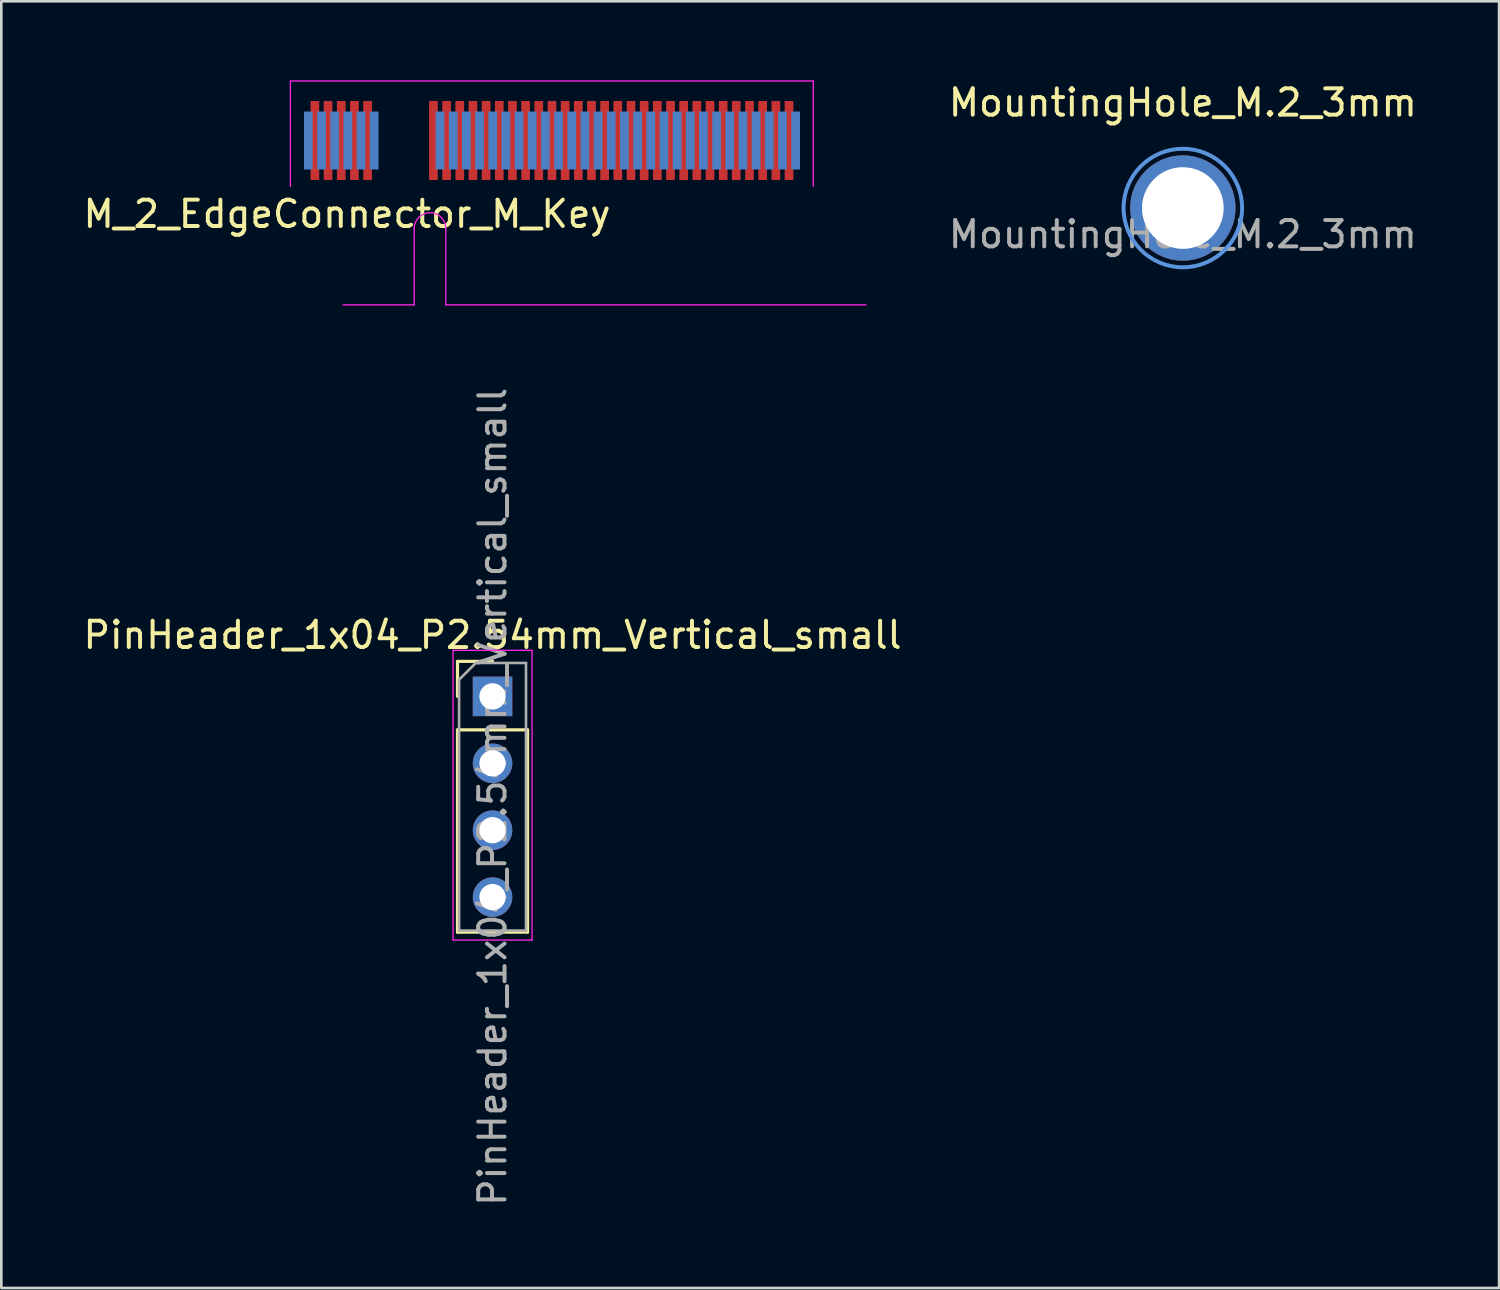
<source format=kicad_pcb>
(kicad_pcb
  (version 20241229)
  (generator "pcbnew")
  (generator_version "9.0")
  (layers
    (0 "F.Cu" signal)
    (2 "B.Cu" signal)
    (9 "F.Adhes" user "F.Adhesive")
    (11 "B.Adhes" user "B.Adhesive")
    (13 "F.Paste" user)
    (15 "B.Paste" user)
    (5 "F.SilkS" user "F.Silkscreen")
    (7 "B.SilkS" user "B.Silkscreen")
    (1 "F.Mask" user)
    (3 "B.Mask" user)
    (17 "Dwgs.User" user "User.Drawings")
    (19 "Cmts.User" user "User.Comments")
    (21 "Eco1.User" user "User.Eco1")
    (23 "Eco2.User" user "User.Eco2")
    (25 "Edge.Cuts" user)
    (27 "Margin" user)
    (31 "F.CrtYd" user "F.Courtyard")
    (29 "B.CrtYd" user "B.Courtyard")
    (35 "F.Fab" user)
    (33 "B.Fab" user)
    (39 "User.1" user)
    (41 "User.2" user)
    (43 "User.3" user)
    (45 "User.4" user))
  (footprint "PinHeader_1x04_P2.54mm_Vertical_small"
    (layer "F.Cu")
    (at 15.649 23.389)
    (property "Reference" "PinHeader_1x04_P2.54mm_Vertical_small" (at 0 -2.33 0) (layer "F.SilkS") (effects (font (size 1 1) (thickness 0.15))))
    (attr through_hole)
    (fp_line (start -1.33 -1.33) (end 0 -1.33) (stroke (width 0.12) (type solid)) (layer "F.SilkS"))
    (fp_line (start -1.33 0) (end -1.33 -1.33) (stroke (width 0.12) (type solid)) (layer "F.SilkS"))
    (fp_line (start -1.33 1.27) (end -1.33 8.95) (stroke (width 0.12) (type solid)) (layer "F.SilkS"))
    (fp_line (start -1.33 1.27) (end 1.33 1.27) (stroke (width 0.12) (type solid)) (layer "F.SilkS"))
    (fp_line (start -1.33 8.95) (end 1.33 8.95) (stroke (width 0.12) (type solid)) (layer "F.SilkS"))
    (fp_line (start 1.33 1.27) (end 1.33 8.95) (stroke (width 0.12) (type solid)) (layer "F.SilkS"))
    (fp_line (start -1.5 -1.75) (end -1.5 9.25) (stroke (width 0.05) (type solid)) (layer "F.CrtYd"))
    (fp_line (start -1.5 9.25) (end 1.5 9.25) (stroke (width 0.05) (type solid)) (layer "F.CrtYd"))
    (fp_line (start 1.5 -1.75) (end -1.5 -1.75) (stroke (width 0.05) (type solid)) (layer "F.CrtYd"))
    (fp_line (start 1.5 9.25) (end 1.5 -1.75) (stroke (width 0.05) (type solid)) (layer "F.CrtYd"))
    (fp_line (start -1.27 -0.635) (end -0.635 -1.27) (stroke (width 0.1) (type solid)) (layer "F.Fab"))
    (fp_line (start -1.27 8.89) (end -1.27 -0.635) (stroke (width 0.1) (type solid)) (layer "F.Fab"))
    (fp_line (start -0.635 -1.27) (end 1.27 -1.27) (stroke (width 0.1) (type solid)) (layer "F.Fab"))
    (fp_line (start 1.27 -1.27) (end 1.27 8.89) (stroke (width 0.1) (type solid)) (layer "F.Fab"))
    (fp_line (start 1.27 8.89) (end -1.27 8.89) (stroke (width 0.1) (type solid)) (layer "F.Fab"))
    (fp_text user "${REFERENCE}" (at 0 3.81 90) (layer "F.Fab") (effects (font (size 1 1) (thickness 0.15))))
    (pad "1" thru_hole rect (at 0 0) (size 1.5 1.5) (drill 1) (layers "*.Cu" "*.Mask"))
    (pad "2" thru_hole oval (at 0 2.54) (size 1.5 1.5) (drill 1) (layers "*.Cu" "*.Mask"))
    (pad "3" thru_hole oval (at 0 5.08) (size 1.5 1.5) (drill 1) (layers "*.Cu" "*.Mask"))
    (pad "4" thru_hole oval (at 0 7.62) (size 1.5 1.5) (drill 1) (layers "*.Cu" "*.Mask")))
  (footprint "M_2_EdgeConnector_M_Key"
    (layer "F.Cu")
    (at 17.9 4.025)
    (property "Reference" "M_2_EdgeConnector_M_Key" (at -7.775 1.05 0) (layer "F.SilkS") (effects (font (size 1 1) (thickness 0.15))))
    (attr smd)
    (fp_line (start -9.925 -4) (end 9.925 -4) (stroke (width 0.05) (type solid)) (layer "F.CrtYd"))
    (fp_line (start -9.925 0) (end -9.925 -4) (stroke (width 0.05) (type solid)) (layer "F.CrtYd"))
    (fp_line (start -7.925 4.5) (end -5.225 4.5) (stroke (width 0.05) (type solid)) (layer "F.CrtYd"))
    (fp_line (start -5.225 4.5) (end -5.225 1.6) (stroke (width 0.05) (type solid)) (layer "F.CrtYd"))
    (fp_line (start -4.025 4.5) (end -4.025 1.6) (stroke (width 0.05) (type solid)) (layer "F.CrtYd"))
    (fp_line (start -4.025 4.5) (end 11.925 4.5) (stroke (width 0.05) (type solid)) (layer "F.CrtYd"))
    (fp_line (start 9.925 0) (end 9.925 -4) (stroke (width 0.05) (type solid)) (layer "F.CrtYd"))
    (fp_arc (start -5.225 1.6) (mid -4.625 1) (end -4.025 1.6) (stroke (width 0.05) (type solid)) (layer "F.CrtYd"))
    (pad "1" smd rect (at -9.245 -1.741) (size 0.33 2.2) (layers "B.Cu" "B.Mask" "B.Paste"))
    (pad "2" smd rect (at -8.995 -1.741) (size 0.33 3) (layers "F.Cu" "F.Mask" "F.Paste"))
    (pad "3" smd rect (at -8.745 -1.741) (size 0.33 2.2) (layers "B.Cu" "B.Mask" "B.Paste"))
    (pad "4" smd rect (at -8.495 -1.741) (size 0.33 3) (layers "F.Cu" "F.Mask" "F.Paste"))
    (pad "5" smd rect (at -8.245 -1.741) (size 0.33 2.2) (layers "B.Cu" "B.Mask" "B.Paste"))
    (pad "6" smd rect (at -7.995 -1.741) (size 0.33 3) (layers "F.Cu" "F.Mask" "F.Paste"))
    (pad "7" smd rect (at -7.745 -1.741) (size 0.33 2.2) (layers "B.Cu" "B.Mask" "B.Paste"))
    (pad "8" smd rect (at -7.495 -1.741) (size 0.33 3) (layers "F.Cu" "F.Mask" "F.Paste"))
    (pad "9" smd rect (at -7.245 -1.741) (size 0.33 2.2) (layers "B.Cu" "B.Mask" "B.Paste"))
    (pad "10" smd rect (at -6.995 -1.741) (size 0.33 3) (layers "F.Cu" "F.Mask" "F.Paste"))
    (pad "11" smd rect (at -6.745 -1.741) (size 0.33 2.2) (layers "B.Cu" "B.Mask" "B.Paste"))
    (pad "20" smd rect (at -4.495 -1.741) (size 0.33 3) (layers "F.Cu" "F.Mask" "F.Paste"))
    (pad "21" smd rect (at -4.245 -1.741) (size 0.33 2.2) (layers "B.Cu" "B.Mask" "B.Paste"))
    (pad "22" smd rect (at -3.995 -1.741) (size 0.33 3) (layers "F.Cu" "F.Mask" "F.Paste"))
    (pad "23" smd rect (at -3.745 -1.741) (size 0.33 2.2) (layers "B.Cu" "B.Mask" "B.Paste"))
    (pad "24" smd rect (at -3.495 -1.741) (size 0.33 3) (layers "F.Cu" "F.Mask" "F.Paste"))
    (pad "25" smd rect (at -3.245 -1.741) (size 0.33 2.2) (layers "B.Cu" "B.Mask" "B.Paste"))
    (pad "26" smd rect (at -2.995 -1.741) (size 0.33 3) (layers "F.Cu" "F.Mask" "F.Paste"))
    (pad "27" smd rect (at -2.745 -1.741) (size 0.33 2.2) (layers "B.Cu" "B.Mask" "B.Paste"))
    (pad "28" smd rect (at -2.495 -1.741) (size 0.33 3) (layers "F.Cu" "F.Mask" "F.Paste"))
    (pad "29" smd rect (at -2.245 -1.741) (size 0.33 2.2) (layers "B.Cu" "B.Mask" "B.Paste"))
    (pad "30" smd rect (at -1.995 -1.741) (size 0.33 3) (layers "F.Cu" "F.Mask" "F.Paste"))
    (pad "31" smd rect (at -1.745 -1.741) (size 0.33 2.2) (layers "B.Cu" "B.Mask" "B.Paste"))
    (pad "32" smd rect (at -1.495 -1.741) (size 0.33 3) (layers "F.Cu" "F.Mask" "F.Paste"))
    (pad "33" smd rect (at -1.245 -1.741) (size 0.33 2.2) (layers "B.Cu" "B.Mask" "B.Paste"))
    (pad "34" smd rect (at -0.995 -1.741) (size 0.33 3) (layers "F.Cu" "F.Mask" "F.Paste"))
    (pad "35" smd rect (at -0.745 -1.741) (size 0.33 2.2) (layers "B.Cu" "B.Mask" "B.Paste"))
    (pad "36" smd rect (at -0.495 -1.741) (size 0.33 3) (layers "F.Cu" "F.Mask" "F.Paste"))
    (pad "37" smd rect (at -0.245 -1.741) (size 0.33 2.2) (layers "B.Cu" "B.Mask" "B.Paste"))
    (pad "38" smd rect (at 0.005 -1.741) (size 0.33 3) (layers "F.Cu" "F.Mask" "F.Paste"))
    (pad "39" smd rect (at 0.255 -1.741) (size 0.33 2.2) (layers "B.Cu" "B.Mask" "B.Paste"))
    (pad "40" smd rect (at 0.505 -1.741) (size 0.33 3) (layers "F.Cu" "F.Mask" "F.Paste"))
    (pad "41" smd rect (at 0.755 -1.741) (size 0.33 2.2) (layers "B.Cu" "B.Mask" "B.Paste"))
    (pad "42" smd rect (at 1.005 -1.741) (size 0.33 3) (layers "F.Cu" "F.Mask" "F.Paste"))
    (pad "43" smd rect (at 1.255 -1.741) (size 0.33 2.2) (layers "B.Cu" "B.Mask" "B.Paste"))
    (pad "44" smd rect (at 1.505 -1.741) (size 0.33 3) (layers "F.Cu" "F.Mask" "F.Paste"))
    (pad "45" smd rect (at 1.755 -1.741) (size 0.33 2.2) (layers "B.Cu" "B.Mask" "B.Paste"))
    (pad "46" smd rect (at 2.005 -1.741) (size 0.33 3) (layers "F.Cu" "F.Mask" "F.Paste"))
    (pad "47" smd rect (at 2.255 -1.741) (size 0.33 2.2) (layers "B.Cu" "B.Mask" "B.Paste"))
    (pad "48" smd rect (at 2.505 -1.741) (size 0.33 3) (layers "F.Cu" "F.Mask" "F.Paste"))
    (pad "49" smd rect (at 2.755 -1.741) (size 0.33 2.2) (layers "B.Cu" "B.Mask" "B.Paste"))
    (pad "50" smd rect (at 3.005 -1.741) (size 0.33 3) (layers "F.Cu" "F.Mask" "F.Paste"))
    (pad "51" smd rect (at 3.255 -1.741) (size 0.33 2.2) (layers "B.Cu" "B.Mask" "B.Paste"))
    (pad "52" smd rect (at 3.505 -1.741) (size 0.33 3) (layers "F.Cu" "F.Mask" "F.Paste"))
    (pad "53" smd rect (at 3.755 -1.741) (size 0.33 2.2) (layers "B.Cu" "B.Mask" "B.Paste"))
    (pad "54" smd rect (at 4.005 -1.741) (size 0.33 3) (layers "F.Cu" "F.Mask" "F.Paste"))
    (pad "55" smd rect (at 4.255 -1.741) (size 0.33 2.2) (layers "B.Cu" "B.Mask" "B.Paste"))
    (pad "56" smd rect (at 4.505 -1.741) (size 0.33 3) (layers "F.Cu" "F.Mask" "F.Paste"))
    (pad "57" smd rect (at 4.755 -1.741) (size 0.33 2.2) (layers "B.Cu" "B.Mask" "B.Paste"))
    (pad "58" smd rect (at 5.005 -1.741) (size 0.33 3) (layers "F.Cu" "F.Mask" "F.Paste"))
    (pad "59" smd rect (at 5.255 -1.741) (size 0.33 2.2) (layers "B.Cu" "B.Mask" "B.Paste"))
    (pad "60" smd rect (at 5.505 -1.741) (size 0.33 3) (layers "F.Cu" "F.Mask" "F.Paste"))
    (pad "61" smd rect (at 5.755 -1.741) (size 0.33 2.2) (layers "B.Cu" "B.Mask" "B.Paste"))
    (pad "62" smd rect (at 6.005 -1.741) (size 0.33 3) (layers "F.Cu" "F.Mask" "F.Paste"))
    (pad "63" smd rect (at 6.255 -1.741) (size 0.33 2.2) (layers "B.Cu" "B.Mask" "B.Paste"))
    (pad "64" smd rect (at 6.505 -1.741) (size 0.33 3) (layers "F.Cu" "F.Mask" "F.Paste"))
    (pad "65" smd rect (at 6.755 -1.741) (size 0.33 2.2) (layers "B.Cu" "B.Mask" "B.Paste"))
    (pad "66" smd rect (at 7 -1.741) (size 0.33 3) (layers "F.Cu" "F.Mask" "F.Paste"))
    (pad "67" smd rect (at 7.255 -1.741) (size 0.33 2.2) (layers "B.Cu" "B.Mask" "B.Paste"))
    (pad "68" smd rect (at 7.505 -1.741) (size 0.33 3) (layers "F.Cu" "F.Mask" "F.Paste"))
    (pad "69" smd rect (at 7.755 -1.741) (size 0.33 2.2) (layers "B.Cu" "B.Mask" "B.Paste"))
    (pad "70" smd rect (at 8.005 -1.741) (size 0.33 3) (layers "F.Cu" "F.Mask" "F.Paste"))
    (pad "71" smd rect (at 8.255 -1.741) (size 0.33 2.2) (layers "B.Cu" "B.Mask" "B.Paste"))
    (pad "72" smd rect (at 8.505 -1.741) (size 0.33 3) (layers "F.Cu" "F.Mask" "F.Paste"))
    (pad "73" smd rect (at 8.755 -1.741) (size 0.33 2.2) (layers "B.Cu" "B.Mask" "B.Paste"))
    (pad "74" smd rect (at 9.005 -1.741) (size 0.33 3) (layers "F.Cu" "F.Mask" "F.Paste"))
    (pad "75" smd rect (at 9.255 -1.741) (size 0.33 2.2) (layers "B.Cu" "B.Mask" "B.Paste")))
  (footprint "MountingHole_M.2_3mm"
    (layer "F.Cu")
    (at 41.856 4.848)
    (property "Reference" "MountingHole_M.2_3mm" (at 0 -4 0) (layer "F.SilkS") (effects (font (size 1 1) (thickness 0.15))))
    (attr exclude_from_pos_files exclude_from_bom)
    (fp_circle (center 0 0) (end 2.25 0) (stroke (width 0.15) (type solid)) (fill no) (layer "Cmts.User"))
    (fp_circle (center 0 0) (end 2.25 0) (stroke (width 0.05) (type solid)) (fill no) (layer "F.CrtYd"))
    (fp_text user "${REFERENCE}" (at 0 1 0) (layer "F.Fab") (effects (font (size 1 1) (thickness 0.15))))
    (pad "" np_thru_hole circle (at 0 0) (size 4 4) (drill 3.1) (layers "*.Cu" "*.Mask")))
  (gr_rect
    (start -3 -3)
    (end 53.862 45.848)
    (stroke (width 0.1) (type default))
    (fill no)
    (layer "Edge.Cuts")))
</source>
